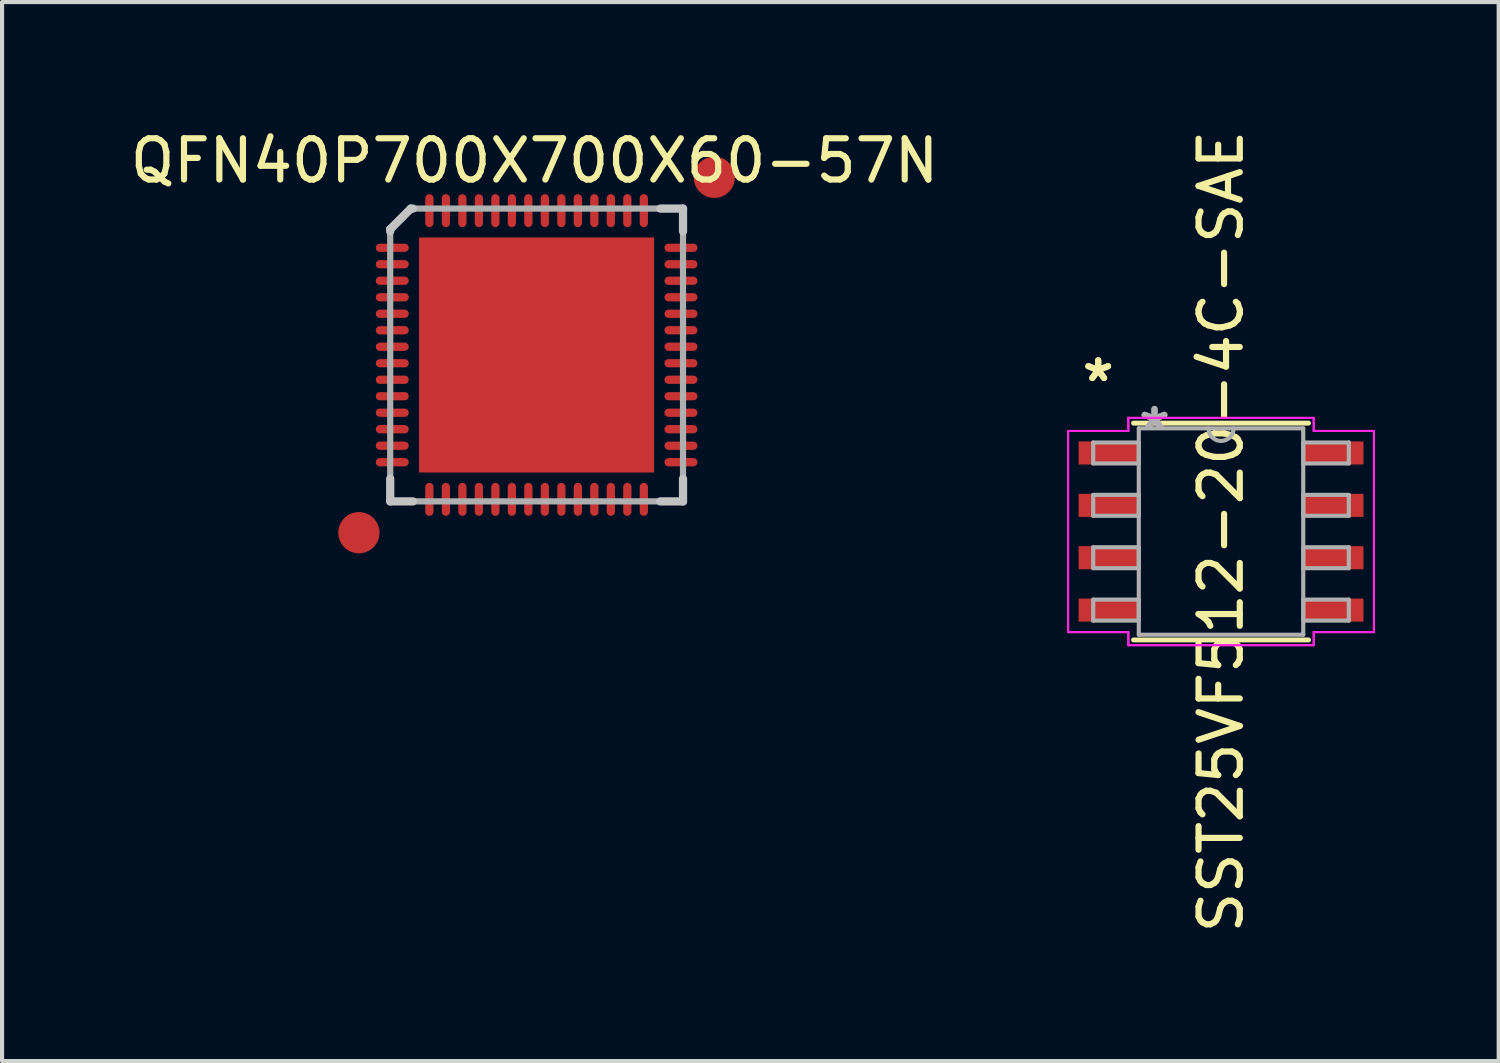
<source format=kicad_pcb>
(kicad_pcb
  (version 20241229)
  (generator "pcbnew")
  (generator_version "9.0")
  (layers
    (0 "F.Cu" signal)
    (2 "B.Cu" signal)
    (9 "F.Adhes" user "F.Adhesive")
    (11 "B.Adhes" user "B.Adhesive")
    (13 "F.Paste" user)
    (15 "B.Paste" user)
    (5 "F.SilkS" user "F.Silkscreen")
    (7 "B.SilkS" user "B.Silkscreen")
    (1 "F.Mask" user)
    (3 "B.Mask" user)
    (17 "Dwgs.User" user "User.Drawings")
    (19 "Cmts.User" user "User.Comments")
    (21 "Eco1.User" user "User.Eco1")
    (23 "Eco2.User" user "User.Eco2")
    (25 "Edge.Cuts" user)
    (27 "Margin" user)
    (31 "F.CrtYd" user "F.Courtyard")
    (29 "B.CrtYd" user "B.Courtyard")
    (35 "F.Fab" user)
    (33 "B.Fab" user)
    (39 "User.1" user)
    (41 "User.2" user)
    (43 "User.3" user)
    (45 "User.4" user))
  (footprint "SST25VF512-20-4C-SAE"
    (layer "F.Cu")
    (at 26.558 9.839)
    (property "Reference" "SST25VF512-20-4C-SAE" (at 0 0 90) (layer "F.SilkS") (effects (font (size 1 1) (thickness 0.15))))
    (attr through_hole)
    (fp_line (start -2.121 2.629) (end 2.121 2.629) (stroke (width 0.12) (type solid)) (layer "F.SilkS"))
    (fp_line (start 2.121 -2.629) (end -2.121 -2.629) (stroke (width 0.12) (type solid)) (layer "F.SilkS"))
    (fp_line (start -3.708 -2.438) (end -2.248 -2.438) (stroke (width 0.05) (type solid)) (layer "F.CrtYd"))
    (fp_line (start -3.708 -2.438) (end -2.248 -2.438) (stroke (width 0.05) (type solid)) (layer "F.CrtYd"))
    (fp_line (start -3.708 2.438) (end -3.708 -2.438) (stroke (width 0.05) (type solid)) (layer "F.CrtYd"))
    (fp_line (start -3.708 2.438) (end -3.708 -2.438) (stroke (width 0.05) (type solid)) (layer "F.CrtYd"))
    (fp_line (start -3.708 2.438) (end -2.248 2.438) (stroke (width 0.05) (type solid)) (layer "F.CrtYd"))
    (fp_line (start -2.248 -2.756) (end 2.248 -2.756) (stroke (width 0.05) (type solid)) (layer "F.CrtYd"))
    (fp_line (start -2.248 -2.756) (end 2.248 -2.756) (stroke (width 0.05) (type solid)) (layer "F.CrtYd"))
    (fp_line (start -2.248 -2.438) (end -2.248 -2.756) (stroke (width 0.05) (type solid)) (layer "F.CrtYd"))
    (fp_line (start -2.248 -2.438) (end -2.248 -2.756) (stroke (width 0.05) (type solid)) (layer "F.CrtYd"))
    (fp_line (start -2.248 2.438) (end -3.708 2.438) (stroke (width 0.05) (type solid)) (layer "F.CrtYd"))
    (fp_line (start -2.248 2.756) (end -2.248 2.438) (stroke (width 0.05) (type solid)) (layer "F.CrtYd"))
    (fp_line (start -2.248 2.756) (end -2.248 2.438) (stroke (width 0.05) (type solid)) (layer "F.CrtYd"))
    (fp_line (start 2.248 -2.756) (end 2.248 -2.438) (stroke (width 0.05) (type solid)) (layer "F.CrtYd"))
    (fp_line (start 2.248 -2.756) (end 2.248 -2.438) (stroke (width 0.05) (type solid)) (layer "F.CrtYd"))
    (fp_line (start 2.248 -2.438) (end 3.708 -2.438) (stroke (width 0.05) (type solid)) (layer "F.CrtYd"))
    (fp_line (start 2.248 2.438) (end 2.248 2.756) (stroke (width 0.05) (type solid)) (layer "F.CrtYd"))
    (fp_line (start 2.248 2.438) (end 2.248 2.756) (stroke (width 0.05) (type solid)) (layer "F.CrtYd"))
    (fp_line (start 2.248 2.756) (end -2.248 2.756) (stroke (width 0.05) (type solid)) (layer "F.CrtYd"))
    (fp_line (start 2.248 2.756) (end -2.248 2.756) (stroke (width 0.05) (type solid)) (layer "F.CrtYd"))
    (fp_line (start 3.708 -2.438) (end 2.248 -2.438) (stroke (width 0.05) (type solid)) (layer "F.CrtYd"))
    (fp_line (start 3.708 -2.438) (end 3.708 2.438) (stroke (width 0.05) (type solid)) (layer "F.CrtYd"))
    (fp_line (start 3.708 -2.438) (end 3.708 2.438) (stroke (width 0.05) (type solid)) (layer "F.CrtYd"))
    (fp_line (start 3.708 2.438) (end 2.248 2.438) (stroke (width 0.05) (type solid)) (layer "F.CrtYd"))
    (fp_line (start 3.708 2.438) (end 2.248 2.438) (stroke (width 0.05) (type solid)) (layer "F.CrtYd"))
    (fp_line (start -3.099 -2.159) (end -3.099 -1.651) (stroke (width 0.1) (type solid)) (layer "F.Fab"))
    (fp_line (start -3.099 -1.651) (end -1.994 -1.651) (stroke (width 0.1) (type solid)) (layer "F.Fab"))
    (fp_line (start -3.099 -0.889) (end -3.099 -0.381) (stroke (width 0.1) (type solid)) (layer "F.Fab"))
    (fp_line (start -3.099 -0.381) (end -1.994 -0.381) (stroke (width 0.1) (type solid)) (layer "F.Fab"))
    (fp_line (start -3.099 0.381) (end -3.099 0.889) (stroke (width 0.1) (type solid)) (layer "F.Fab"))
    (fp_line (start -3.099 0.889) (end -1.994 0.889) (stroke (width 0.1) (type solid)) (layer "F.Fab"))
    (fp_line (start -3.099 1.651) (end -3.099 2.159) (stroke (width 0.1) (type solid)) (layer "F.Fab"))
    (fp_line (start -3.099 2.159) (end -1.994 2.159) (stroke (width 0.1) (type solid)) (layer "F.Fab"))
    (fp_line (start -1.994 -2.502) (end -1.994 2.502) (stroke (width 0.1) (type solid)) (layer "F.Fab"))
    (fp_line (start -1.994 -2.159) (end -3.099 -2.159) (stroke (width 0.1) (type solid)) (layer "F.Fab"))
    (fp_line (start -1.994 -1.651) (end -1.994 -2.159) (stroke (width 0.1) (type solid)) (layer "F.Fab"))
    (fp_line (start -1.994 -0.889) (end -3.099 -0.889) (stroke (width 0.1) (type solid)) (layer "F.Fab"))
    (fp_line (start -1.994 -0.381) (end -1.994 -0.889) (stroke (width 0.1) (type solid)) (layer "F.Fab"))
    (fp_line (start -1.994 0.381) (end -3.099 0.381) (stroke (width 0.1) (type solid)) (layer "F.Fab"))
    (fp_line (start -1.994 0.889) (end -1.994 0.381) (stroke (width 0.1) (type solid)) (layer "F.Fab"))
    (fp_line (start -1.994 1.651) (end -3.099 1.651) (stroke (width 0.1) (type solid)) (layer "F.Fab"))
    (fp_line (start -1.994 2.159) (end -1.994 1.651) (stroke (width 0.1) (type solid)) (layer "F.Fab"))
    (fp_line (start -1.994 2.502) (end 1.994 2.502) (stroke (width 0.1) (type solid)) (layer "F.Fab"))
    (fp_line (start 1.994 -2.502) (end -1.994 -2.502) (stroke (width 0.1) (type solid)) (layer "F.Fab"))
    (fp_line (start 1.994 -2.159) (end 1.994 -1.651) (stroke (width 0.1) (type solid)) (layer "F.Fab"))
    (fp_line (start 1.994 -1.651) (end 3.099 -1.651) (stroke (width 0.1) (type solid)) (layer "F.Fab"))
    (fp_line (start 1.994 -0.889) (end 1.994 -0.381) (stroke (width 0.1) (type solid)) (layer "F.Fab"))
    (fp_line (start 1.994 -0.381) (end 3.099 -0.381) (stroke (width 0.1) (type solid)) (layer "F.Fab"))
    (fp_line (start 1.994 0.381) (end 1.994 0.889) (stroke (width 0.1) (type solid)) (layer "F.Fab"))
    (fp_line (start 1.994 0.889) (end 3.099 0.889) (stroke (width 0.1) (type solid)) (layer "F.Fab"))
    (fp_line (start 1.994 1.651) (end 1.994 2.159) (stroke (width 0.1) (type solid)) (layer "F.Fab"))
    (fp_line (start 1.994 2.159) (end 3.099 2.159) (stroke (width 0.1) (type solid)) (layer "F.Fab"))
    (fp_line (start 1.994 2.502) (end 1.994 -2.502) (stroke (width 0.1) (type solid)) (layer "F.Fab"))
    (fp_line (start 3.099 -2.159) (end 1.994 -2.159) (stroke (width 0.1) (type solid)) (layer "F.Fab"))
    (fp_line (start 3.099 -1.651) (end 3.099 -2.159) (stroke (width 0.1) (type solid)) (layer "F.Fab"))
    (fp_line (start 3.099 -0.889) (end 1.994 -0.889) (stroke (width 0.1) (type solid)) (layer "F.Fab"))
    (fp_line (start 3.099 -0.381) (end 3.099 -0.889) (stroke (width 0.1) (type solid)) (layer "F.Fab"))
    (fp_line (start 3.099 0.381) (end 1.994 0.381) (stroke (width 0.1) (type solid)) (layer "F.Fab"))
    (fp_line (start 3.099 0.889) (end 3.099 0.381) (stroke (width 0.1) (type solid)) (layer "F.Fab"))
    (fp_line (start 3.099 1.651) (end 1.994 1.651) (stroke (width 0.1) (type solid)) (layer "F.Fab"))
    (fp_line (start 3.099 2.159) (end 3.099 1.651) (stroke (width 0.1) (type solid)) (layer "F.Fab"))
    (fp_arc (start 0.3048 -2.5019) (mid 0 -2.1971) (end -0.3048 -2.5019) (stroke (width 0.1) (type solid)) (layer "F.Fab"))
    (fp_text user "*" (at -2.978 -3.607 0) (layer "F.SilkS") (effects (font (size 1 1) (thickness 0.15))))
    (fp_text user "*" (at -2.978 -3.607 0) (layer "F.SilkS") (effects (font (size 1 1) (thickness 0.15))))
    (fp_text user "*" (at -1.613 -2.426 0) (layer "F.Fab") (effects (font (size 1 1) (thickness 0.15))))
    (fp_text user "*" (at -1.613 -2.426 0) (layer "F.Fab") (effects (font (size 1 1) (thickness 0.15))))
    (pad "1" smd rect (at -2.724 -1.905) (size 1.46 0.559) (layers "F.Cu" "F.Mask" "F.Paste"))
    (pad "2" smd rect (at -2.724 -0.635) (size 1.46 0.559) (layers "F.Cu" "F.Mask" "F.Paste"))
    (pad "3" smd rect (at -2.724 0.635) (size 1.46 0.559) (layers "F.Cu" "F.Mask" "F.Paste"))
    (pad "4" smd rect (at -2.724 1.905) (size 1.46 0.559) (layers "F.Cu" "F.Mask" "F.Paste"))
    (pad "5" smd rect (at 2.724 1.905) (size 1.46 0.559) (layers "F.Cu" "F.Mask" "F.Paste"))
    (pad "6" smd rect (at 2.724 0.635) (size 1.46 0.559) (layers "F.Cu" "F.Mask" "F.Paste"))
    (pad "7" smd rect (at 2.724 -0.635) (size 1.46 0.559) (layers "F.Cu" "F.Mask" "F.Paste"))
    (pad "8" smd rect (at 2.724 -1.905) (size 1.46 0.559) (layers "F.Cu" "F.Mask" "F.Paste")))
  (footprint "QFN40P700X700X60-57N"
    (layer "F.Cu")
    (at 9.962 5.558)
    (property "Reference" "QFN40P700X700X60-57N" (at -0.05 -4.71 0) (layer "F.SilkS") (effects (font (size 1 1) (thickness 0.15))))
    (attr through_hole)
    (fp_line (start -3.55 -3.05) (end -3.05 -3.55) (stroke (width 0.2) (type solid)) (layer "Dwgs.User"))
    (fp_line (start -3.55 -3) (end -3.55 -3.05) (stroke (width 0.2) (type solid)) (layer "Dwgs.User"))
    (fp_line (start -3.55 3.55) (end -3.55 3) (stroke (width 0.2) (type solid)) (layer "Dwgs.User"))
    (fp_line (start -3.05 -3.55) (end -3 -3.55) (stroke (width 0.2) (type solid)) (layer "Dwgs.User"))
    (fp_line (start -3 3.55) (end -3.55 3.55) (stroke (width 0.2) (type solid)) (layer "Dwgs.User"))
    (fp_line (start 3 -3.55) (end 3.55 -3.55) (stroke (width 0.2) (type solid)) (layer "Dwgs.User"))
    (fp_line (start 3.55 -3.55) (end 3.55 -3) (stroke (width 0.2) (type solid)) (layer "Dwgs.User"))
    (fp_line (start 3.55 3) (end 3.55 3.55) (stroke (width 0.2) (type solid)) (layer "Dwgs.User"))
    (fp_line (start 3.55 3.55) (end 3 3.55) (stroke (width 0.2) (type solid)) (layer "Dwgs.User"))
    (fp_line (start -3.55 -3.05) (end -3.05 -3.55) (stroke (width 0.15) (type solid)) (layer "F.Fab"))
    (fp_line (start -3.55 3.55) (end -3.55 -3.05) (stroke (width 0.15) (type solid)) (layer "F.Fab"))
    (fp_line (start -3.05 -3.55) (end 3.55 -3.55) (stroke (width 0.15) (type solid)) (layer "F.Fab"))
    (fp_line (start 3.55 -3.55) (end 3.55 3.55) (stroke (width 0.15) (type solid)) (layer "F.Fab"))
    (fp_line (start 3.55 3.55) (end -3.55 3.55) (stroke (width 0.15) (type solid)) (layer "F.Fab"))
    (pad "1" smd oval (at -3.5 -2.6) (size 0.8 0.2) (layers "F.Cu" "F.Mask" "F.Paste"))
    (pad "2" smd oval (at -3.5 -2.2) (size 0.8 0.2) (layers "F.Cu" "F.Mask" "F.Paste"))
    (pad "3" smd oval (at -3.5 -1.8) (size 0.8 0.2) (layers "F.Cu" "F.Mask" "F.Paste"))
    (pad "4" smd oval (at -3.5 -1.4) (size 0.8 0.2) (layers "F.Cu" "F.Mask" "F.Paste"))
    (pad "5" smd oval (at -3.5 -1) (size 0.8 0.2) (layers "F.Cu" "F.Mask" "F.Paste"))
    (pad "6" smd oval (at -3.5 -0.6) (size 0.8 0.2) (layers "F.Cu" "F.Mask" "F.Paste"))
    (pad "7" smd oval (at -3.5 -0.2) (size 0.8 0.2) (layers "F.Cu" "F.Mask" "F.Paste"))
    (pad "8" smd oval (at -3.5 0.2) (size 0.8 0.2) (layers "F.Cu" "F.Mask" "F.Paste"))
    (pad "9" smd oval (at -3.5 0.6) (size 0.8 0.2) (layers "F.Cu" "F.Mask" "F.Paste"))
    (pad "10" smd oval (at -3.5 1) (size 0.8 0.2) (layers "F.Cu" "F.Mask" "F.Paste"))
    (pad "11" smd oval (at -3.5 1.4) (size 0.8 0.2) (layers "F.Cu" "F.Mask" "F.Paste"))
    (pad "12" smd oval (at -3.5 1.8) (size 0.8 0.2) (layers "F.Cu" "F.Mask" "F.Paste"))
    (pad "13" smd oval (at -3.5 2.2) (size 0.8 0.2) (layers "F.Cu" "F.Mask" "F.Paste"))
    (pad "14" smd oval (at -3.5 2.6) (size 0.8 0.2) (layers "F.Cu" "F.Mask" "F.Paste"))
    (pad "15" smd oval (at -2.6 3.5 90) (size 0.8 0.2) (layers "F.Cu" "F.Mask" "F.Paste"))
    (pad "16" smd oval (at -2.2 3.5 90) (size 0.8 0.2) (layers "F.Cu" "F.Mask" "F.Paste"))
    (pad "17" smd oval (at -1.8 3.5 90) (size 0.8 0.2) (layers "F.Cu" "F.Mask" "F.Paste"))
    (pad "18" smd oval (at -1.4 3.5 90) (size 0.8 0.2) (layers "F.Cu" "F.Mask" "F.Paste"))
    (pad "19" smd oval (at -1 3.5 90) (size 0.8 0.2) (layers "F.Cu" "F.Mask" "F.Paste"))
    (pad "20" smd oval (at -0.6 3.5 90) (size 0.8 0.2) (layers "F.Cu" "F.Mask" "F.Paste"))
    (pad "21" smd oval (at -0.2 3.5 90) (size 0.8 0.2) (layers "F.Cu" "F.Mask" "F.Paste"))
    (pad "22" smd oval (at 0.2 3.5 90) (size 0.8 0.2) (layers "F.Cu" "F.Mask" "F.Paste"))
    (pad "23" smd oval (at 0.6 3.5 90) (size 0.8 0.2) (layers "F.Cu" "F.Mask" "F.Paste"))
    (pad "24" smd oval (at 1 3.5 90) (size 0.8 0.2) (layers "F.Cu" "F.Mask" "F.Paste"))
    (pad "25" smd oval (at 1.4 3.5 90) (size 0.8 0.2) (layers "F.Cu" "F.Mask" "F.Paste"))
    (pad "26" smd oval (at 1.8 3.5 90) (size 0.8 0.2) (layers "F.Cu" "F.Mask" "F.Paste"))
    (pad "27" smd oval (at 2.2 3.5 90) (size 0.8 0.2) (layers "F.Cu" "F.Mask" "F.Paste"))
    (pad "28" smd oval (at 2.6 3.5 90) (size 0.8 0.2) (layers "F.Cu" "F.Mask" "F.Paste"))
    (pad "29" smd oval (at 3.5 2.6) (size 0.8 0.2) (layers "F.Cu" "F.Mask" "F.Paste"))
    (pad "30" smd oval (at 3.5 2.2) (size 0.8 0.2) (layers "F.Cu" "F.Mask" "F.Paste"))
    (pad "31" smd oval (at 3.5 1.8) (size 0.8 0.2) (layers "F.Cu" "F.Mask" "F.Paste"))
    (pad "32" smd oval (at 3.5 1.4) (size 0.8 0.2) (layers "F.Cu" "F.Mask" "F.Paste"))
    (pad "33" smd oval (at 3.5 1) (size 0.8 0.2) (layers "F.Cu" "F.Mask" "F.Paste"))
    (pad "34" smd oval (at 3.5 0.6) (size 0.8 0.2) (layers "F.Cu" "F.Mask" "F.Paste"))
    (pad "35" smd oval (at 3.5 0.2) (size 0.8 0.2) (layers "F.Cu" "F.Mask" "F.Paste"))
    (pad "36" smd oval (at 3.5 -0.2) (size 0.8 0.2) (layers "F.Cu" "F.Mask" "F.Paste"))
    (pad "37" smd oval (at 3.5 -0.6) (size 0.8 0.2) (layers "F.Cu" "F.Mask" "F.Paste"))
    (pad "38" smd oval (at 3.5 -1) (size 0.8 0.2) (layers "F.Cu" "F.Mask" "F.Paste"))
    (pad "39" smd oval (at 3.5 -1.4) (size 0.8 0.2) (layers "F.Cu" "F.Mask" "F.Paste"))
    (pad "40" smd oval (at 3.5 -1.8) (size 0.8 0.2) (layers "F.Cu" "F.Mask" "F.Paste"))
    (pad "41" smd oval (at 3.5 -2.2) (size 0.8 0.2) (layers "F.Cu" "F.Mask" "F.Paste"))
    (pad "42" smd oval (at 3.5 -2.6) (size 0.8 0.2) (layers "F.Cu" "F.Mask" "F.Paste"))
    (pad "43" smd oval (at 2.6 -3.5 90) (size 0.8 0.2) (layers "F.Cu" "F.Mask" "F.Paste"))
    (pad "44" smd oval (at 2.2 -3.5 90) (size 0.8 0.2) (layers "F.Cu" "F.Mask" "F.Paste"))
    (pad "45" smd oval (at 1.8 -3.5 90) (size 0.8 0.2) (layers "F.Cu" "F.Mask" "F.Paste"))
    (pad "46" smd oval (at 1.4 -3.5 90) (size 0.8 0.2) (layers "F.Cu" "F.Mask" "F.Paste"))
    (pad "47" smd oval (at 1 -3.5 90) (size 0.8 0.2) (layers "F.Cu" "F.Mask" "F.Paste"))
    (pad "48" smd oval (at 0.6 -3.5 90) (size 0.8 0.2) (layers "F.Cu" "F.Mask" "F.Paste"))
    (pad "49" smd oval (at 0.2 -3.5 90) (size 0.8 0.2) (layers "F.Cu" "F.Mask" "F.Paste"))
    (pad "50" smd oval (at -0.2 -3.5 90) (size 0.8 0.2) (layers "F.Cu" "F.Mask" "F.Paste"))
    (pad "51" smd oval (at -0.6 -3.5 90) (size 0.8 0.2) (layers "F.Cu" "F.Mask" "F.Paste"))
    (pad "52" smd oval (at -1 -3.5 90) (size 0.8 0.2) (layers "F.Cu" "F.Mask" "F.Paste"))
    (pad "53" smd oval (at -1.4 -3.5 90) (size 0.8 0.2) (layers "F.Cu" "F.Mask" "F.Paste"))
    (pad "54" smd oval (at -1.8 -3.5 90) (size 0.8 0.2) (layers "F.Cu" "F.Mask" "F.Paste"))
    (pad "55" smd oval (at -2.2 -3.5 90) (size 0.8 0.2) (layers "F.Cu" "F.Mask" "F.Paste"))
    (pad "56" smd oval (at -2.6 -3.5 90) (size 0.8 0.2) (layers "F.Cu" "F.Mask" "F.Paste"))
    (pad "57" smd rect (at 0 0) (size 5.7 5.7) (layers "F.Cu" "F.Mask" "F.Paste"))
    (pad "58" smd circle (at 4.309 -4.309) (size 1 1) (layers "F.Cu" "F.Mask" "F.Paste"))
    (pad "59" smd circle (at -4.309 4.309) (size 1 1) (layers "F.Cu" "F.Mask" "F.Paste")))
  (gr_rect
    (start -3 -3)
    (end 33.291 22.679)
    (stroke (width 0.1) (type default))
    (fill no)
    (layer "Edge.Cuts")))
</source>
